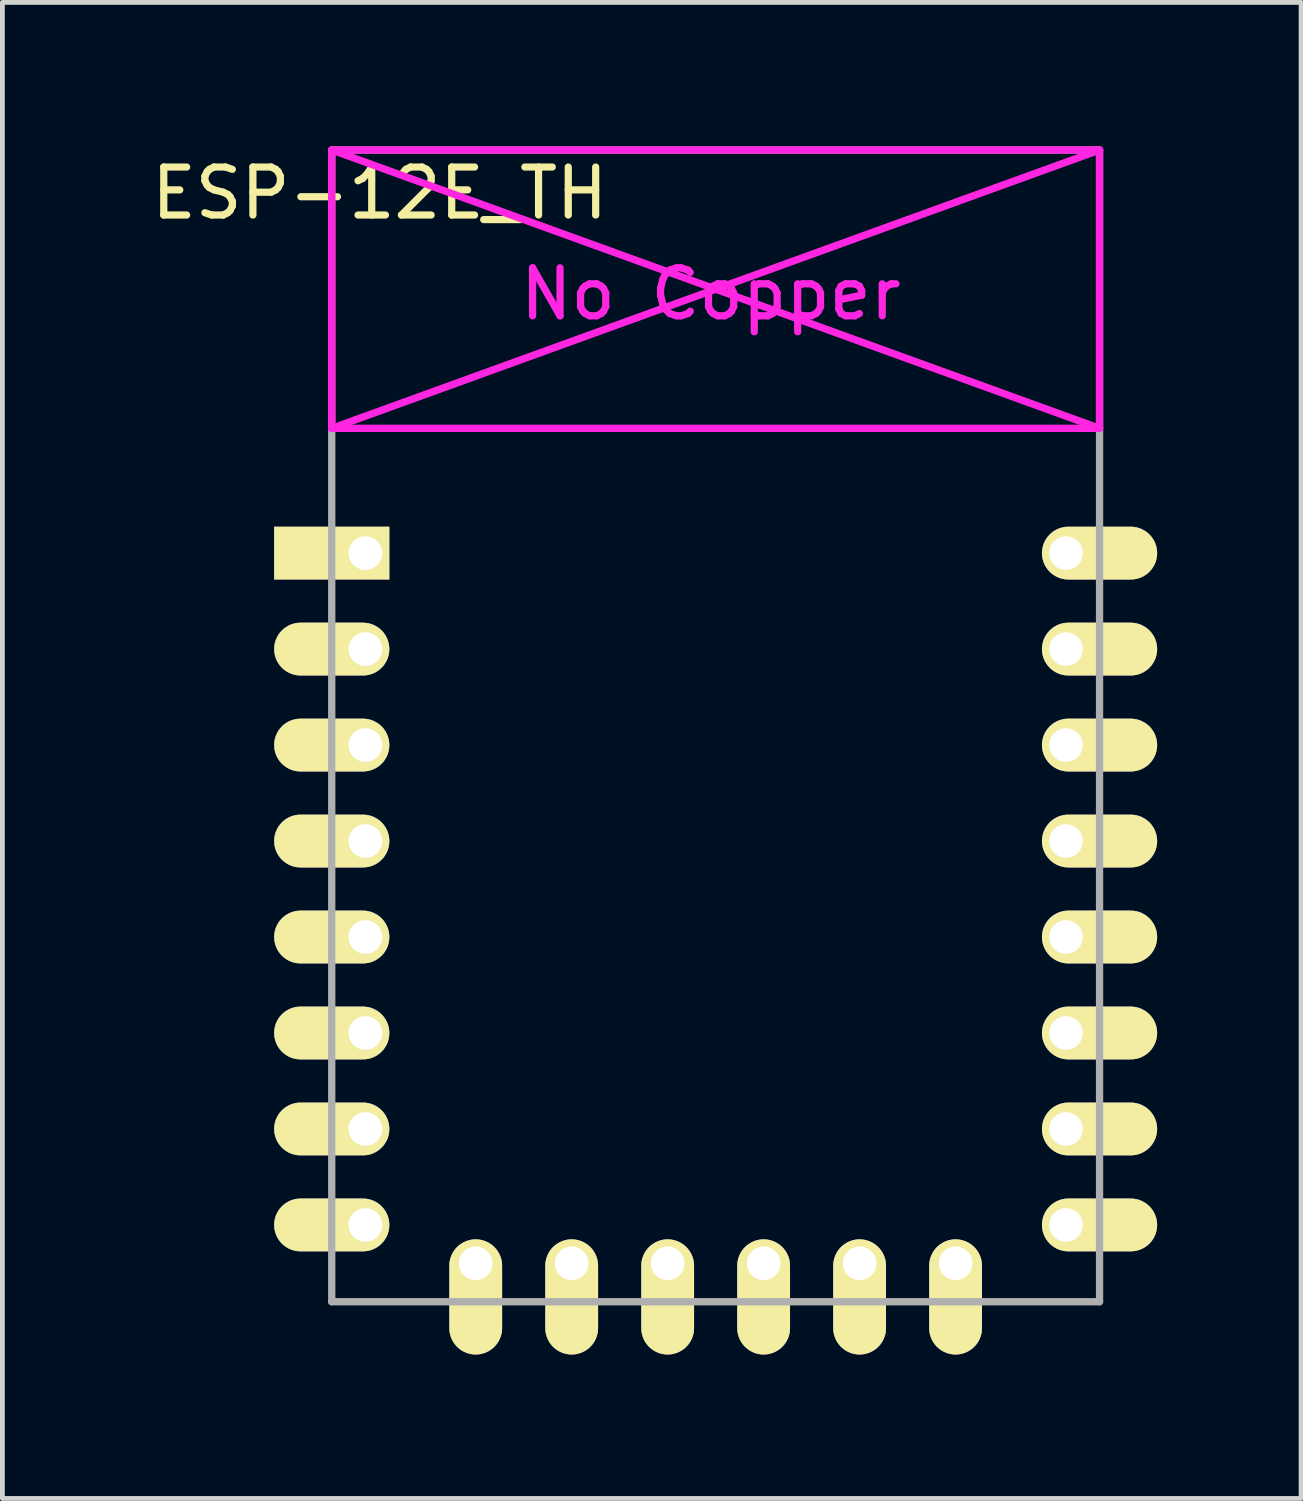
<source format=kicad_pcb>
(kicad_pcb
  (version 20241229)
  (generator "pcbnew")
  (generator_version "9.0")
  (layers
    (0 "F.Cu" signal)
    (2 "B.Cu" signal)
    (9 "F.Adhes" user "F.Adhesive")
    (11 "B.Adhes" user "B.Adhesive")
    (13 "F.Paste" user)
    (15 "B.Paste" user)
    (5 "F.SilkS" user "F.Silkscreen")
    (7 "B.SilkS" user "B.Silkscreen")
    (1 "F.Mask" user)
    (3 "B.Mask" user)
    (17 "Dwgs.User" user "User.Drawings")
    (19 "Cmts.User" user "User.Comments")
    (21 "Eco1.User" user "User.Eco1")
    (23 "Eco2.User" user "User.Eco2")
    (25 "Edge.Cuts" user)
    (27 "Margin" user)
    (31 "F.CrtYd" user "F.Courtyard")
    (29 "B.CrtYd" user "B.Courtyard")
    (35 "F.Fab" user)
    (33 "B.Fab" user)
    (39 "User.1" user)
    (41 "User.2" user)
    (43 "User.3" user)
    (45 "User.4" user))
  (footprint "ESP-12E_TH"
    (layer "F.Cu")
    (at 3.863 8.476)
    (property "Reference" "ESP-12E_TH" (at 1 -7.5 0) (layer "F.SilkS") (effects (font (size 1 1) (thickness 0.15))))
    (attr through_hole)
    (fp_line (start 0 -8.4) (end 0 -2.6) (stroke (width 0.152) (type solid)) (layer "F.CrtYd"))
    (fp_line (start 0 -8.4) (end 16 -2.6) (stroke (width 0.152) (type solid)) (layer "F.CrtYd"))
    (fp_line (start 0 -2.6) (end 16 -2.6) (stroke (width 0.152) (type solid)) (layer "F.CrtYd"))
    (fp_line (start 16 -8.4) (end 0 -8.4) (stroke (width 0.152) (type solid)) (layer "F.CrtYd"))
    (fp_line (start 16 -8.4) (end 0 -2.6) (stroke (width 0.152) (type solid)) (layer "F.CrtYd"))
    (fp_line (start 16 -2.6) (end 16 -8.4) (stroke (width 0.152) (type solid)) (layer "F.CrtYd"))
    (fp_line (start 0 -8.4) (end 16 -8.4) (stroke (width 0.152) (type solid)) (layer "F.Fab"))
    (fp_line (start 0 15.6) (end 0 -8.4) (stroke (width 0.152) (type solid)) (layer "F.Fab"))
    (fp_line (start 16 -8.4) (end 16 15.6) (stroke (width 0.152) (type solid)) (layer "F.Fab"))
    (fp_line (start 16 15.6) (end 0 15.6) (stroke (width 0.152) (type solid)) (layer "F.Fab"))
    (fp_text user "No Copper" (at 7.9 -5.4 0) (layer "F.CrtYd") (effects (font (size 1 1) (thickness 0.15))))
    (pad "1" thru_hole rect (at 0.7 0) (size 2.4 1.1) (drill 0.7 (offset -0.7 0)) (layers "*.Cu" "*.Mask" "F.SilkS"))
    (pad "2" thru_hole oval (at 0.7 2) (size 2.4 1.1) (drill 0.7 (offset -0.7 0)) (layers "*.Cu" "*.Mask" "F.SilkS"))
    (pad "3" thru_hole oval (at 0.7 4) (size 2.4 1.1) (drill 0.7 (offset -0.7 0)) (layers "*.Cu" "*.Mask" "F.SilkS"))
    (pad "4" thru_hole oval (at 0.7 6) (size 2.4 1.1) (drill 0.7 (offset -0.7 0)) (layers "*.Cu" "*.Mask" "F.SilkS"))
    (pad "5" thru_hole oval (at 0.7 8) (size 2.4 1.1) (drill 0.7 (offset -0.7 0)) (layers "*.Cu" "*.Mask" "F.SilkS"))
    (pad "6" thru_hole oval (at 0.7 10) (size 2.4 1.1) (drill 0.7 (offset -0.7 0)) (layers "*.Cu" "*.Mask" "F.SilkS"))
    (pad "7" thru_hole oval (at 0.7 12) (size 2.4 1.1) (drill 0.7 (offset -0.7 0)) (layers "*.Cu" "*.Mask" "F.SilkS"))
    (pad "8" thru_hole oval (at 0.7 14) (size 2.4 1.1) (drill 0.7 (offset -0.7 0)) (layers "*.Cu" "*.Mask" "F.SilkS"))
    (pad "9" thru_hole oval (at 15.3 14) (size 2.4 1.1) (drill 0.7 (offset 0.7 0)) (layers "*.Cu" "*.Mask" "F.SilkS"))
    (pad "10" thru_hole oval (at 15.3 12) (size 2.4 1.1) (drill 0.7 (offset 0.7 0)) (layers "*.Cu" "*.Mask" "F.SilkS"))
    (pad "11" thru_hole oval (at 15.3 10) (size 2.4 1.1) (drill 0.7 (offset 0.7 0)) (layers "*.Cu" "*.Mask" "F.SilkS"))
    (pad "12" thru_hole oval (at 15.3 8) (size 2.4 1.1) (drill 0.7 (offset 0.7 0)) (layers "*.Cu" "*.Mask" "F.SilkS"))
    (pad "13" thru_hole oval (at 15.3 6) (size 2.4 1.1) (drill 0.7 (offset 0.7 0)) (layers "*.Cu" "*.Mask" "F.SilkS"))
    (pad "14" thru_hole oval (at 15.3 4) (size 2.4 1.1) (drill 0.7 (offset 0.7 0)) (layers "*.Cu" "*.Mask" "F.SilkS"))
    (pad "15" thru_hole oval (at 15.3 2) (size 2.4 1.1) (drill 0.7 (offset 0.7 0)) (layers "*.Cu" "*.Mask" "F.SilkS"))
    (pad "16" thru_hole oval (at 15.3 0) (size 2.4 1.1) (drill 0.7 (offset 0.7 0)) (layers "*.Cu" "*.Mask" "F.SilkS"))
    (pad "17" thru_hole oval (at 3 14.8) (size 1.1 2.4) (drill 0.7 (offset 0 0.7)) (layers "*.Cu" "*.Mask" "F.SilkS"))
    (pad "18" thru_hole oval (at 5 14.8) (size 1.1 2.4) (drill 0.7 (offset 0 0.7)) (layers "*.Cu" "*.Mask" "F.SilkS"))
    (pad "19" thru_hole oval (at 7 14.8) (size 1.1 2.4) (drill 0.7 (offset 0 0.7)) (layers "*.Cu" "*.Mask" "F.SilkS"))
    (pad "20" thru_hole oval (at 9 14.8) (size 1.1 2.4) (drill 0.7 (offset 0 0.7)) (layers "*.Cu" "*.Mask" "F.SilkS"))
    (pad "21" thru_hole oval (at 11 14.8) (size 1.1 2.4) (drill 0.7 (offset 0 0.7)) (layers "*.Cu" "*.Mask" "F.SilkS"))
    (pad "22" thru_hole oval (at 13 14.8) (size 1.1 2.4) (drill 0.7 (offset 0 0.7)) (layers "*.Cu" "*.Mask" "F.SilkS")))
  (gr_rect
    (start -3 -3)
    (end 24.063 28.176)
    (stroke (width 0.1) (type default))
    (fill no)
    (layer "Edge.Cuts")))
</source>
